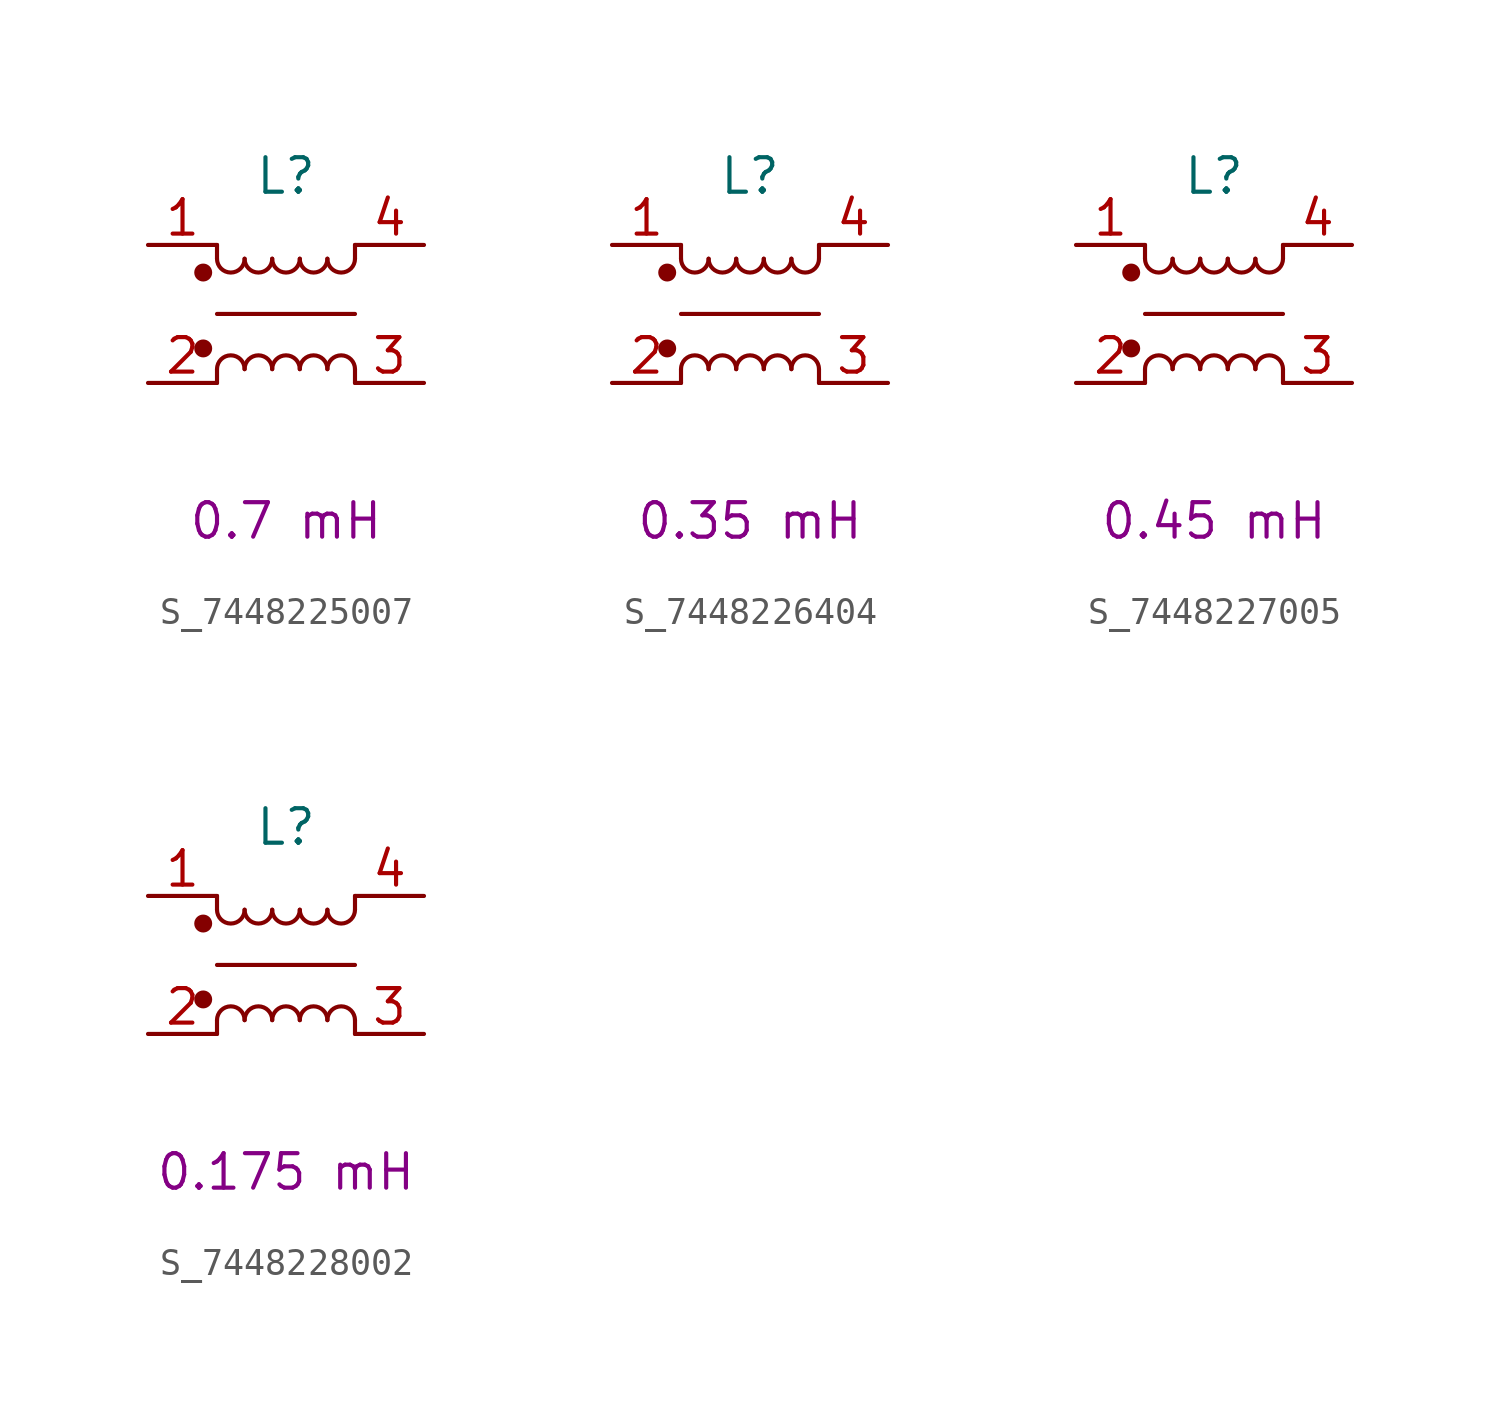
<source format=kicad_sym>
(kicad_symbol_lib
  (version 20220914)
  (generator kicad_symbol_editor)
  (symbol "S_7448225007"
    (pin_names hide)
    (property "Reference" "L"
      (at 0 5.08 0)
      (effects (font (size 1.27 1.27))))
    (property "Critical Parameter" "0.7 mH"
      (at 0 -7.62 0)
      (effects (font (size 1.27 1.27))))
    (symbol "S_7448225007_0_1"
      (circle (center -3.048 -1.27) (radius 0.254) (stroke (width 0) (type default)) (fill (type outline)))
      (circle (center -3.048 1.524) (radius 0.254) (stroke (width 0) (type default)) (fill (type outline)))
      (arc (start -2.54 2.032) (mid -2.032 1.5262) (end -1.524 2.032) (stroke (width 0) (type default)) (fill (type none)))
      (arc (start -1.524 -2.032) (mid -2.032 -1.5262) (end -2.54 -2.032) (stroke (width 0) (type default)) (fill (type none)))
      (arc (start -1.524 2.032) (mid -1.016 1.5262) (end -0.508 2.032) (stroke (width 0) (type default)) (fill (type none)))
      (arc (start -0.508 -2.032) (mid -1.016 -1.5262) (end -1.524 -2.032) (stroke (width 0) (type default)) (fill (type none)))
      (arc (start -0.508 2.032) (mid 0 1.5262) (end 0.508 2.032) (stroke (width 0) (type default)) (fill (type none)))
      (polyline (pts (xy -2.54 -2.032) (xy -2.54 -2.54)) (stroke (width 0) (type default)) (fill (type none)))
      (polyline (pts (xy -2.54 2.032) (xy -2.54 2.54)) (stroke (width 0) (type default)) (fill (type none)))
      (polyline (pts (xy 2.54 -2.032) (xy 2.54 -2.54)) (stroke (width 0) (type default)) (fill (type none)))
      (polyline (pts (xy 2.54 0) (xy -2.54 0)) (stroke (width 0) (type default)) (fill (type none)))
      (polyline (pts (xy 2.54 2.54) (xy 2.54 2.032)) (stroke (width 0) (type default)) (fill (type none)))
      (arc (start 0.508 -2.032) (mid 0 -1.5262) (end -0.508 -2.032) (stroke (width 0) (type default)) (fill (type none)))
      (arc (start 0.508 2.032) (mid 1.016 1.5262) (end 1.524 2.032) (stroke (width 0) (type default)) (fill (type none)))
      (arc (start 1.524 -2.032) (mid 1.016 -1.5262) (end 0.508 -2.032) (stroke (width 0) (type default)) (fill (type none)))
      (arc (start 1.524 2.032) (mid 2.032 1.5262) (end 2.54 2.032) (stroke (width 0) (type default)) (fill (type none)))
      (arc (start 2.54 -2.032) (mid 2.032 -1.5262) (end 1.524 -2.032) (stroke (width 0) (type default)) (fill (type none))))
    (symbol "S_7448225007_1_1"
      (pin passive line (at -5.08 2.54 0) (length 2.54) (name "1" (effects (font (size 1.27 1.27)))) (number "1" (effects (font (size 1.27 1.27)))))
      (pin passive line (at -5.08 -2.54 0) (length 2.54) (name "2" (effects (font (size 1.27 1.27)))) (number "2" (effects (font (size 1.27 1.27)))))
      (pin passive line (at 5.08 -2.54 180) (length 2.54) (name "3" (effects (font (size 1.27 1.27)))) (number "3" (effects (font (size 1.27 1.27)))))
      (pin passive line (at 5.08 2.54 180) (length 2.54) (name "4" (effects (font (size 1.27 1.27)))) (number "4" (effects (font (size 1.27 1.27)))))))
  (symbol "S_7448226404"
    (pin_names hide)
    (property "Reference" "L"
      (at 0 5.08 0)
      (effects (font (size 1.27 1.27))))
    (property "Critical Parameter" "0.35 mH"
      (at 0 -7.62 0)
      (effects (font (size 1.27 1.27))))
    (symbol "S_7448226404_0_1"
      (circle (center -3.048 -1.27) (radius 0.254) (stroke (width 0) (type default)) (fill (type outline)))
      (circle (center -3.048 1.524) (radius 0.254) (stroke (width 0) (type default)) (fill (type outline)))
      (arc (start -2.54 2.032) (mid -2.032 1.5262) (end -1.524 2.032) (stroke (width 0) (type default)) (fill (type none)))
      (arc (start -1.524 -2.032) (mid -2.032 -1.5262) (end -2.54 -2.032) (stroke (width 0) (type default)) (fill (type none)))
      (arc (start -1.524 2.032) (mid -1.016 1.5262) (end -0.508 2.032) (stroke (width 0) (type default)) (fill (type none)))
      (arc (start -0.508 -2.032) (mid -1.016 -1.5262) (end -1.524 -2.032) (stroke (width 0) (type default)) (fill (type none)))
      (arc (start -0.508 2.032) (mid 0 1.5262) (end 0.508 2.032) (stroke (width 0) (type default)) (fill (type none)))
      (polyline (pts (xy -2.54 -2.032) (xy -2.54 -2.54)) (stroke (width 0) (type default)) (fill (type none)))
      (polyline (pts (xy -2.54 2.032) (xy -2.54 2.54)) (stroke (width 0) (type default)) (fill (type none)))
      (polyline (pts (xy 2.54 -2.032) (xy 2.54 -2.54)) (stroke (width 0) (type default)) (fill (type none)))
      (polyline (pts (xy 2.54 0) (xy -2.54 0)) (stroke (width 0) (type default)) (fill (type none)))
      (polyline (pts (xy 2.54 2.54) (xy 2.54 2.032)) (stroke (width 0) (type default)) (fill (type none)))
      (arc (start 0.508 -2.032) (mid 0 -1.5262) (end -0.508 -2.032) (stroke (width 0) (type default)) (fill (type none)))
      (arc (start 0.508 2.032) (mid 1.016 1.5262) (end 1.524 2.032) (stroke (width 0) (type default)) (fill (type none)))
      (arc (start 1.524 -2.032) (mid 1.016 -1.5262) (end 0.508 -2.032) (stroke (width 0) (type default)) (fill (type none)))
      (arc (start 1.524 2.032) (mid 2.032 1.5262) (end 2.54 2.032) (stroke (width 0) (type default)) (fill (type none)))
      (arc (start 2.54 -2.032) (mid 2.032 -1.5262) (end 1.524 -2.032) (stroke (width 0) (type default)) (fill (type none))))
    (symbol "S_7448226404_1_1"
      (pin passive line (at -5.08 2.54 0) (length 2.54) (name "1" (effects (font (size 1.27 1.27)))) (number "1" (effects (font (size 1.27 1.27)))))
      (pin passive line (at -5.08 -2.54 0) (length 2.54) (name "2" (effects (font (size 1.27 1.27)))) (number "2" (effects (font (size 1.27 1.27)))))
      (pin passive line (at 5.08 -2.54 180) (length 2.54) (name "3" (effects (font (size 1.27 1.27)))) (number "3" (effects (font (size 1.27 1.27)))))
      (pin passive line (at 5.08 2.54 180) (length 2.54) (name "4" (effects (font (size 1.27 1.27)))) (number "4" (effects (font (size 1.27 1.27)))))))
  (symbol "S_7448227005"
    (pin_names hide)
    (property "Reference" "L"
      (at 0 5.08 0)
      (effects (font (size 1.27 1.27))))
    (property "Critical Parameter" "0.45 mH"
      (at 0 -7.62 0)
      (effects (font (size 1.27 1.27))))
    (symbol "S_7448227005_0_1"
      (circle (center -3.048 -1.27) (radius 0.254) (stroke (width 0) (type default)) (fill (type outline)))
      (circle (center -3.048 1.524) (radius 0.254) (stroke (width 0) (type default)) (fill (type outline)))
      (arc (start -2.54 2.032) (mid -2.032 1.5262) (end -1.524 2.032) (stroke (width 0) (type default)) (fill (type none)))
      (arc (start -1.524 -2.032) (mid -2.032 -1.5262) (end -2.54 -2.032) (stroke (width 0) (type default)) (fill (type none)))
      (arc (start -1.524 2.032) (mid -1.016 1.5262) (end -0.508 2.032) (stroke (width 0) (type default)) (fill (type none)))
      (arc (start -0.508 -2.032) (mid -1.016 -1.5262) (end -1.524 -2.032) (stroke (width 0) (type default)) (fill (type none)))
      (arc (start -0.508 2.032) (mid 0 1.5262) (end 0.508 2.032) (stroke (width 0) (type default)) (fill (type none)))
      (polyline (pts (xy -2.54 -2.032) (xy -2.54 -2.54)) (stroke (width 0) (type default)) (fill (type none)))
      (polyline (pts (xy -2.54 2.032) (xy -2.54 2.54)) (stroke (width 0) (type default)) (fill (type none)))
      (polyline (pts (xy 2.54 -2.032) (xy 2.54 -2.54)) (stroke (width 0) (type default)) (fill (type none)))
      (polyline (pts (xy 2.54 0) (xy -2.54 0)) (stroke (width 0) (type default)) (fill (type none)))
      (polyline (pts (xy 2.54 2.54) (xy 2.54 2.032)) (stroke (width 0) (type default)) (fill (type none)))
      (arc (start 0.508 -2.032) (mid 0 -1.5262) (end -0.508 -2.032) (stroke (width 0) (type default)) (fill (type none)))
      (arc (start 0.508 2.032) (mid 1.016 1.5262) (end 1.524 2.032) (stroke (width 0) (type default)) (fill (type none)))
      (arc (start 1.524 -2.032) (mid 1.016 -1.5262) (end 0.508 -2.032) (stroke (width 0) (type default)) (fill (type none)))
      (arc (start 1.524 2.032) (mid 2.032 1.5262) (end 2.54 2.032) (stroke (width 0) (type default)) (fill (type none)))
      (arc (start 2.54 -2.032) (mid 2.032 -1.5262) (end 1.524 -2.032) (stroke (width 0) (type default)) (fill (type none))))
    (symbol "S_7448227005_1_1"
      (pin passive line (at -5.08 2.54 0) (length 2.54) (name "1" (effects (font (size 1.27 1.27)))) (number "1" (effects (font (size 1.27 1.27)))))
      (pin passive line (at -5.08 -2.54 0) (length 2.54) (name "2" (effects (font (size 1.27 1.27)))) (number "2" (effects (font (size 1.27 1.27)))))
      (pin passive line (at 5.08 -2.54 180) (length 2.54) (name "3" (effects (font (size 1.27 1.27)))) (number "3" (effects (font (size 1.27 1.27)))))
      (pin passive line (at 5.08 2.54 180) (length 2.54) (name "4" (effects (font (size 1.27 1.27)))) (number "4" (effects (font (size 1.27 1.27)))))))
  (symbol "S_7448228002"
    (pin_names hide)
    (property "Reference" "L"
      (at 0 5.08 0)
      (effects (font (size 1.27 1.27))))
    (property "Critical Parameter" "0.175 mH"
      (at 0 -7.62 0)
      (effects (font (size 1.27 1.27))))
    (symbol "S_7448228002_0_1"
      (circle (center -3.048 -1.27) (radius 0.254) (stroke (width 0) (type default)) (fill (type outline)))
      (circle (center -3.048 1.524) (radius 0.254) (stroke (width 0) (type default)) (fill (type outline)))
      (arc (start -2.54 2.032) (mid -2.032 1.5262) (end -1.524 2.032) (stroke (width 0) (type default)) (fill (type none)))
      (arc (start -1.524 -2.032) (mid -2.032 -1.5262) (end -2.54 -2.032) (stroke (width 0) (type default)) (fill (type none)))
      (arc (start -1.524 2.032) (mid -1.016 1.5262) (end -0.508 2.032) (stroke (width 0) (type default)) (fill (type none)))
      (arc (start -0.508 -2.032) (mid -1.016 -1.5262) (end -1.524 -2.032) (stroke (width 0) (type default)) (fill (type none)))
      (arc (start -0.508 2.032) (mid 0 1.5262) (end 0.508 2.032) (stroke (width 0) (type default)) (fill (type none)))
      (polyline (pts (xy -2.54 -2.032) (xy -2.54 -2.54)) (stroke (width 0) (type default)) (fill (type none)))
      (polyline (pts (xy -2.54 2.032) (xy -2.54 2.54)) (stroke (width 0) (type default)) (fill (type none)))
      (polyline (pts (xy 2.54 -2.032) (xy 2.54 -2.54)) (stroke (width 0) (type default)) (fill (type none)))
      (polyline (pts (xy 2.54 0) (xy -2.54 0)) (stroke (width 0) (type default)) (fill (type none)))
      (polyline (pts (xy 2.54 2.54) (xy 2.54 2.032)) (stroke (width 0) (type default)) (fill (type none)))
      (arc (start 0.508 -2.032) (mid 0 -1.5262) (end -0.508 -2.032) (stroke (width 0) (type default)) (fill (type none)))
      (arc (start 0.508 2.032) (mid 1.016 1.5262) (end 1.524 2.032) (stroke (width 0) (type default)) (fill (type none)))
      (arc (start 1.524 -2.032) (mid 1.016 -1.5262) (end 0.508 -2.032) (stroke (width 0) (type default)) (fill (type none)))
      (arc (start 1.524 2.032) (mid 2.032 1.5262) (end 2.54 2.032) (stroke (width 0) (type default)) (fill (type none)))
      (arc (start 2.54 -2.032) (mid 2.032 -1.5262) (end 1.524 -2.032) (stroke (width 0) (type default)) (fill (type none))))
    (symbol "S_7448228002_1_1"
      (pin passive line (at -5.08 2.54 0) (length 2.54) (name "1" (effects (font (size 1.27 1.27)))) (number "1" (effects (font (size 1.27 1.27)))))
      (pin passive line (at -5.08 -2.54 0) (length 2.54) (name "2" (effects (font (size 1.27 1.27)))) (number "2" (effects (font (size 1.27 1.27)))))
      (pin passive line (at 5.08 -2.54 180) (length 2.54) (name "3" (effects (font (size 1.27 1.27)))) (number "3" (effects (font (size 1.27 1.27)))))
      (pin passive line (at 5.08 2.54 180) (length 2.54) (name "4" (effects (font (size 1.27 1.27)))) (number "4" (effects (font (size 1.27 1.27))))))))
</source>
